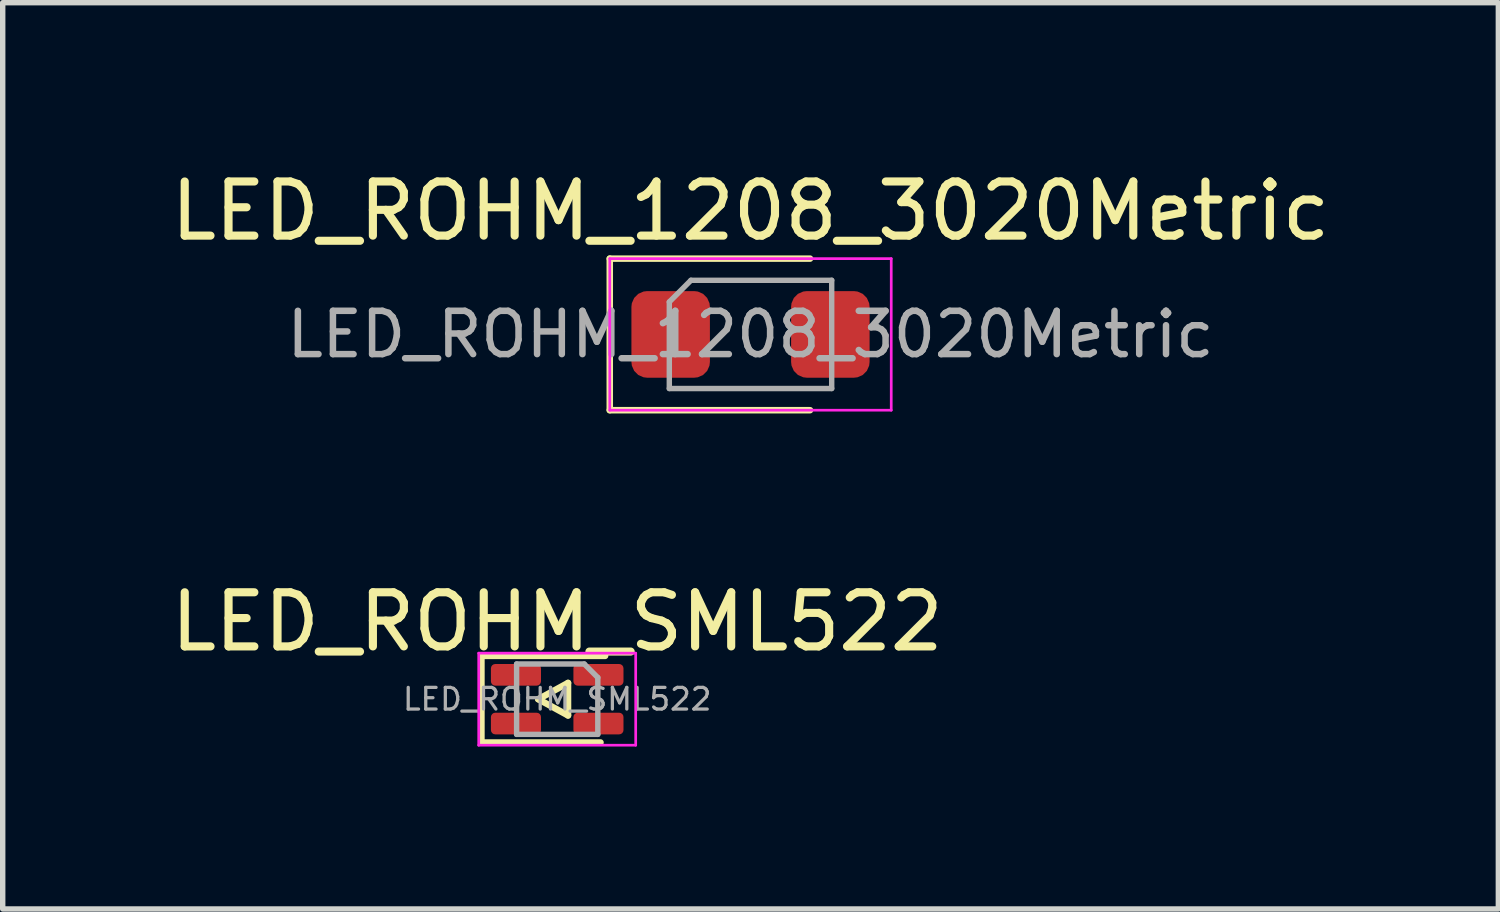
<source format=kicad_pcb>
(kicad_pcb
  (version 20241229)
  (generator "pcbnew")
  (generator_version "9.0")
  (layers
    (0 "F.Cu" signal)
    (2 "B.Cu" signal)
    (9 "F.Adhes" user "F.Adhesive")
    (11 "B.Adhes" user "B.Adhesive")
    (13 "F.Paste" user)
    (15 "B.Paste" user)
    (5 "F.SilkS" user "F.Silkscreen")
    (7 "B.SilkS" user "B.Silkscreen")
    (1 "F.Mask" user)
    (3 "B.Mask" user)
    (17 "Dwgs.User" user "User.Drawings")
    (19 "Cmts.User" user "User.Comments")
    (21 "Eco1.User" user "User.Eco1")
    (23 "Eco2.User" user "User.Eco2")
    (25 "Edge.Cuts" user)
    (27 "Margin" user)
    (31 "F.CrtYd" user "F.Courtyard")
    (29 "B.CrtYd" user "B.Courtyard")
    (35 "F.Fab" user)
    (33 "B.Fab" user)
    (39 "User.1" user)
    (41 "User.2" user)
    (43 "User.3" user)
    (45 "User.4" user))
  (footprint "LED_ROHM_1208_3020Metric"
    (layer "F.Cu")
    (at 10.815 3.128)
    (property "Reference" "LED_ROHM_1208_3020Metric" (at 0 -2.28 0) (layer "F.SilkS") (effects (font (size 1 1) (thickness 0.15))))
    (attr smd)
    (fp_line (start -2.6 -1.4) (end -2.6 1.4) (stroke (width 0.12) (type solid)) (layer "F.SilkS"))
    (fp_line (start -2.6 1.4) (end 1.1 1.4) (stroke (width 0.12) (type solid)) (layer "F.SilkS"))
    (fp_line (start 1.1 -1.4) (end -2.6 -1.4) (stroke (width 0.12) (type solid)) (layer "F.SilkS"))
    (fp_line (start -2.6 -1.4) (end 2.6 -1.4) (stroke (width 0.05) (type solid)) (layer "F.CrtYd"))
    (fp_line (start -2.6 1.4) (end -2.6 -1.4) (stroke (width 0.05) (type solid)) (layer "F.CrtYd"))
    (fp_line (start 2.6 -1.4) (end 2.6 1.4) (stroke (width 0.05) (type solid)) (layer "F.CrtYd"))
    (fp_line (start 2.6 1.4) (end -2.6 1.4) (stroke (width 0.05) (type solid)) (layer "F.CrtYd"))
    (fp_line (start -1.5 -0.6) (end -1.5 1) (stroke (width 0.1) (type solid)) (layer "F.Fab"))
    (fp_line (start -1.5 1) (end 1.5 1) (stroke (width 0.1) (type solid)) (layer "F.Fab"))
    (fp_line (start -1.1 -1) (end -1.5 -0.6) (stroke (width 0.1) (type solid)) (layer "F.Fab"))
    (fp_line (start 1.5 -1) (end -1.1 -1) (stroke (width 0.1) (type solid)) (layer "F.Fab"))
    (fp_line (start 1.5 1) (end 1.5 -1) (stroke (width 0.1) (type solid)) (layer "F.Fab"))
    (fp_text user "${REFERENCE}" (at 0 0 0) (layer "F.Fab") (effects (font (size 0.8 0.8) (thickness 0.12))))
    (pad "1" smd roundrect (at -1.475 0) (size 1.45 1.6) (layers "F.Cu" "F.Mask" "F.Paste") (roundrect_rratio 0.2))
    (pad "2" smd roundrect (at 1.475 0) (size 1.45 1.6) (layers "F.Cu" "F.Mask" "F.Paste") (roundrect_rratio 0.2)))
  (footprint "LED_ROHM_SML522"
    (layer "F.Cu")
    (at 7.244 9.867)
    (property "Reference" "LED_ROHM_SML522" (at 0 -1.43 0) (layer "F.SilkS") (effects (font (size 1 1) (thickness 0.15))))
    (attr smd)
    (fp_line (start -1.4 0.8) (end -1.4 -0.8) (stroke (width 0.12) (type solid)) (layer "F.SilkS"))
    (fp_line (start -1.4 0.8) (end 0.8 0.8) (stroke (width 0.12) (type solid)) (layer "F.SilkS"))
    (fp_line (start -0.35 0) (end 0.2 -0.3) (stroke (width 0.12) (type solid)) (layer "F.SilkS"))
    (fp_line (start -0.35 0) (end 0.2 0.3) (stroke (width 0.12) (type solid)) (layer "F.SilkS"))
    (fp_line (start 0.2 -0.3) (end 0.2 0.3) (stroke (width 0.12) (type solid)) (layer "F.SilkS"))
    (fp_line (start 0.885 -0.8) (end -1.4 -0.8) (stroke (width 0.12) (type solid)) (layer "F.SilkS"))
    (fp_line (start -1.45 -0.85) (end 1.45 -0.85) (stroke (width 0.05) (type solid)) (layer "F.CrtYd"))
    (fp_line (start -1.45 0.85) (end -1.45 -0.85) (stroke (width 0.05) (type solid)) (layer "F.CrtYd"))
    (fp_line (start 1.45 0.85) (end -1.45 0.85) (stroke (width 0.05) (type solid)) (layer "F.CrtYd"))
    (fp_line (start 1.45 0.85) (end 1.45 -0.85) (stroke (width 0.05) (type solid)) (layer "F.CrtYd"))
    (fp_line (start -0.75 -0.65) (end -0.75 0.65) (stroke (width 0.1) (type solid)) (layer "F.Fab"))
    (fp_line (start -0.75 0.65) (end 0.75 0.65) (stroke (width 0.1) (type solid)) (layer "F.Fab"))
    (fp_line (start 0.5 -0.65) (end -0.75 -0.65) (stroke (width 0.1) (type solid)) (layer "F.Fab"))
    (fp_line (start 0.5 -0.65) (end 0.75 -0.4) (stroke (width 0.1) (type solid)) (layer "F.Fab"))
    (fp_line (start 0.75 0.65) (end 0.75 -0.4) (stroke (width 0.1) (type solid)) (layer "F.Fab"))
    (fp_text user "${REFERENCE}" (at 0 0 0) (layer "F.Fab") (effects (font (size 0.4 0.4) (thickness 0.06))))
    (pad "1" smd roundrect (at 0.762 -0.45) (size 0.925 0.4) (layers "F.Cu" "F.Mask" "F.Paste") (roundrect_rratio 0.2))
    (pad "2" smd roundrect (at -0.762 -0.45) (size 0.925 0.4) (layers "F.Cu" "F.Mask" "F.Paste") (roundrect_rratio 0.2))
    (pad "3" smd roundrect (at 0.762 0.45) (size 0.925 0.4) (layers "F.Cu" "F.Mask" "F.Paste") (roundrect_rratio 0.2))
    (pad "4" smd roundrect (at -0.762 0.45) (size 0.925 0.4) (layers "F.Cu" "F.Mask" "F.Paste") (roundrect_rratio 0.2)))
  (gr_rect
    (start -3 -3)
    (end 24.631 13.742)
    (stroke (width 0.1) (type default))
    (fill no)
    (layer "Edge.Cuts")))
</source>
